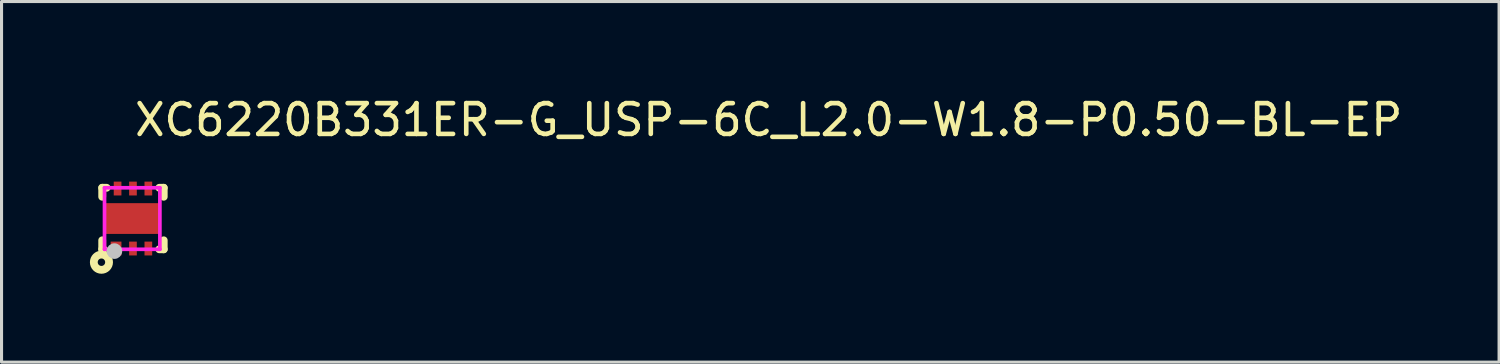
<source format=kicad_pcb>
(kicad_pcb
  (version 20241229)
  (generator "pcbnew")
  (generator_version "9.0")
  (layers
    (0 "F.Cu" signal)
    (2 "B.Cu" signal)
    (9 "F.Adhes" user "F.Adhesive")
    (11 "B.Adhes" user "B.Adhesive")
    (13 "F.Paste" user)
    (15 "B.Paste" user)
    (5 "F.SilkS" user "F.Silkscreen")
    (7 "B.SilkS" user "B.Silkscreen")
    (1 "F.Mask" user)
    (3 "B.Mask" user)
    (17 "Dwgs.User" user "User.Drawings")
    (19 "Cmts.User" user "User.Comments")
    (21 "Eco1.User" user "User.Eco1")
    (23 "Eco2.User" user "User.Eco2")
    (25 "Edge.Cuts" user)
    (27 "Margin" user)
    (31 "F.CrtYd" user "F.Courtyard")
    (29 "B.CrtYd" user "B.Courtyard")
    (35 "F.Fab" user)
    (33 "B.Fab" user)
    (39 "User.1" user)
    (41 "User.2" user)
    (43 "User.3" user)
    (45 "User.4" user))
  (footprint "XC6220B331ER-G_USP-6C_L2.0-W1.8-P0.50-BL-EP"
    (layer "F.Cu")
    (at 1.248 4.055)
    (property "Reference" "XC6220B331ER-G_USP-6C_L2.0-W1.8-P0.50-BL-EP" (at 0 -3.207 0) (layer "F.SilkS") (effects (font (size 1 1) (thickness 0.15)) (justify left)))
    (attr through_hole)
    (fp_line (start -0.975 -1) (end -0.975 -0.708) (stroke (width 0.254) (type solid)) (layer "F.SilkS"))
    (fp_line (start -0.975 0.708) (end -0.975 1) (stroke (width 0.254) (type solid)) (layer "F.SilkS"))
    (fp_line (start -0.975 1) (end -0.931 1) (stroke (width 0.254) (type solid)) (layer "F.SilkS"))
    (fp_line (start -0.831 -1) (end -0.975 -1) (stroke (width 0.254) (type solid)) (layer "F.SilkS"))
    (fp_line (start 0.881 1) (end 1.025 1) (stroke (width 0.254) (type solid)) (layer "F.SilkS"))
    (fp_line (start 1.025 -1) (end 0.881 -1) (stroke (width 0.254) (type solid)) (layer "F.SilkS"))
    (fp_line (start 1.025 -0.708) (end 1.025 -1) (stroke (width 0.254) (type solid)) (layer "F.SilkS"))
    (fp_line (start 1.025 1) (end 1.025 0.708) (stroke (width 0.254) (type solid)) (layer "F.SilkS"))
    (fp_circle (center -1 1.42) (end -0.879 1.42) (stroke (width 0.254) (type solid)) (fill no) (layer "F.SilkS"))
    (fp_circle (center -0.579 1.059) (end -0.452 1.059) (stroke (width 0.254) (type solid)) (fill no) (layer "Dwgs.User"))
    (fp_circle (center -0.9 1) (end -0.87 1) (stroke (width 0.06) (type solid)) (fill no) (layer "Eco2.User"))
    (fp_poly (pts (xy -0.725 0.75) (xy -0.325 0.75) (xy -0.325 1) (xy -0.725 1)) (stroke (width 0.12) (type solid)) (fill no) (layer "Eco2.User"))
    (fp_poly (pts (xy -0.625 -1) (xy -0.325 -1) (xy -0.325 -0.75) (xy -0.625 -0.75)) (stroke (width 0.12) (type solid)) (fill no) (layer "Eco2.User"))
    (fp_poly (pts (xy -0.125 -1) (xy 0.175 -1) (xy 0.175 -0.75) (xy -0.125 -0.75)) (stroke (width 0.12) (type solid)) (fill no) (layer "Eco2.User"))
    (fp_poly (pts (xy -0.125 0.75) (xy 0.175 0.75) (xy 0.175 1) (xy -0.125 1)) (stroke (width 0.12) (type solid)) (fill no) (layer "Eco2.User"))
    (fp_poly (pts (xy 0.375 -1) (xy 0.675 -1) (xy 0.675 -0.75) (xy 0.375 -0.75)) (stroke (width 0.12) (type solid)) (fill no) (layer "Eco2.User"))
    (fp_poly (pts (xy 0.375 0.75) (xy 0.675 0.75) (xy 0.675 1) (xy 0.375 1)) (stroke (width 0.12) (type solid)) (fill no) (layer "Eco2.User"))
    (fp_poly (pts (xy -0.7 -0.5) (xy -0.7 -0.35) (xy -0.8 -0.35) (xy -0.8 0.35) (xy -0.7 0.35) (xy -0.7 0.5) (xy 0.7 0.5) (xy 0.7 0.35) (xy 0.8 0.35) (xy 0.8 -0.35) (xy 0.7 -0.35) (xy 0.7 -0.5)) (stroke (width 0.12) (type solid)) (fill no) (layer "Eco2.User"))
    (fp_line (start -0.9 -1) (end 0.9 -1) (stroke (width 0.12) (type solid)) (layer "F.CrtYd"))
    (fp_line (start -0.9 1) (end -0.9 -1) (stroke (width 0.12) (type solid)) (layer "F.CrtYd"))
    (fp_line (start 0.9 -1) (end 0.9 1) (stroke (width 0.12) (type solid)) (layer "F.CrtYd"))
    (fp_line (start 0.9 1) (end -0.9 1) (stroke (width 0.12) (type solid)) (layer "F.CrtYd"))
    (pad "1" smd rect (at -0.525 0.975 90) (size 0.45 0.35) (layers "F.Cu" "F.Mask" "F.Paste"))
    (pad "2" smd rect (at 0.025 0.975 90) (size 0.45 0.25) (layers "F.Cu" "F.Mask" "F.Paste"))
    (pad "3" smd rect (at 0.525 0.975 90) (size 0.45 0.25) (layers "F.Cu" "F.Mask" "F.Paste"))
    (pad "4" smd rect (at 0.525 -0.975 90) (size 0.45 0.25) (layers "F.Cu" "F.Mask" "F.Paste"))
    (pad "5" smd rect (at 0.025 -0.975 90) (size 0.45 0.25) (layers "F.Cu" "F.Mask" "F.Paste"))
    (pad "6" smd rect (at -0.475 -0.975 90) (size 0.45 0.25) (layers "F.Cu" "F.Mask" "F.Paste"))
    (pad "7" smd rect (at 0.025 0 90) (size 1 1.8) (layers "F.Cu" "F.Mask" "F.Paste")))
  (gr_rect
    (start -3 -3)
    (end 45.688 8.723)
    (stroke (width 0.1) (type default))
    (fill no)
    (layer "Edge.Cuts")))
</source>
